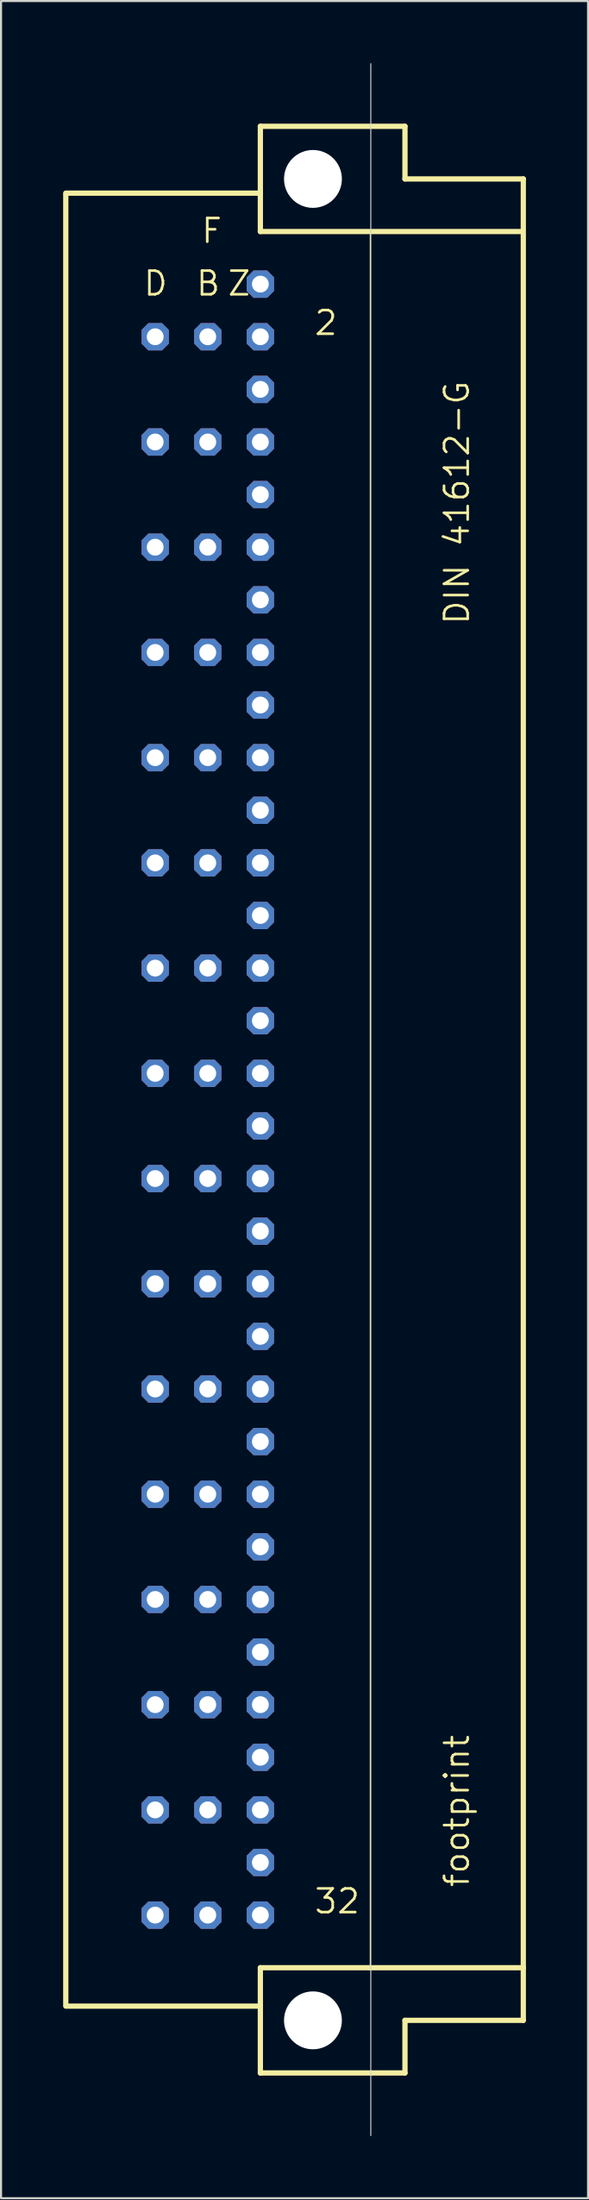
<source format=kicad_pcb>
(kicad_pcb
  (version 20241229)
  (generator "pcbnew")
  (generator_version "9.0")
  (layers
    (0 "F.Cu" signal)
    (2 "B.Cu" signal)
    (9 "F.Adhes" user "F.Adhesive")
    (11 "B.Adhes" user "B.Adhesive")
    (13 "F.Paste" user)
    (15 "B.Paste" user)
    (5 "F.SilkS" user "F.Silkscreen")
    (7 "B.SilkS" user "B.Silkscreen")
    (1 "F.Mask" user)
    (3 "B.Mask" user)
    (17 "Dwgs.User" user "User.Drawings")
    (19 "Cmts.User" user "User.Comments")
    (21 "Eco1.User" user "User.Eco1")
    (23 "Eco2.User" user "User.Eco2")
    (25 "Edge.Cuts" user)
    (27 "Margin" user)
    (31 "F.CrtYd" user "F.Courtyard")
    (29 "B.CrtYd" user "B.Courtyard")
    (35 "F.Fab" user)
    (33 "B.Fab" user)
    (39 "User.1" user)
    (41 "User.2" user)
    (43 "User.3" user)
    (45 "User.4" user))
  (footprint "footprint"
    (layer "F.Cu")
    (at 12.065 50.038)
    (property "Reference" "footprint" (at 7.62 38.1 90) (layer "F.SilkS") (effects (font (size 1.143 1.143) (thickness 0.127)) (justify left bottom)))
    (fp_line (start -11.938 -43.764) (end -2.54 -43.764) (stroke (width 0.254) (type solid)) (layer "F.SilkS"))
    (fp_line (start -11.938 43.688) (end -11.938 -43.688) (stroke (width 0.254) (type solid)) (layer "F.SilkS"))
    (fp_line (start -11.938 43.764) (end -2.54 43.764) (stroke (width 0.254) (type solid)) (layer "F.SilkS"))
    (fp_line (start -2.54 -46.99) (end -2.54 -43.764) (stroke (width 0.254) (type solid)) (layer "F.SilkS"))
    (fp_line (start -2.54 -43.764) (end -2.54 -41.91) (stroke (width 0.254) (type solid)) (layer "F.SilkS"))
    (fp_line (start -2.54 -41.91) (end 10.109 -41.91) (stroke (width 0.254) (type solid)) (layer "F.SilkS"))
    (fp_line (start -2.54 41.91) (end -2.54 43.764) (stroke (width 0.254) (type solid)) (layer "F.SilkS"))
    (fp_line (start -2.54 41.91) (end 2.769 41.91) (stroke (width 0.254) (type solid)) (layer "F.SilkS"))
    (fp_line (start -2.54 43.764) (end -2.54 46.99) (stroke (width 0.254) (type solid)) (layer "F.SilkS"))
    (fp_line (start -2.54 46.99) (end 4.445 46.99) (stroke (width 0.254) (type solid)) (layer "F.SilkS"))
    (fp_line (start 2.769 -41.783) (end 2.769 41.91) (stroke (width 0.051) (type solid)) (layer "F.SilkS"))
    (fp_line (start 2.769 41.91) (end 10.16 41.91) (stroke (width 0.254) (type solid)) (layer "F.SilkS"))
    (fp_line (start 4.445 -46.99) (end -2.54 -46.99) (stroke (width 0.254) (type solid)) (layer "F.SilkS"))
    (fp_line (start 4.445 -44.45) (end 4.445 -46.99) (stroke (width 0.254) (type solid)) (layer "F.SilkS"))
    (fp_line (start 4.445 44.45) (end 10.16 44.45) (stroke (width 0.254) (type solid)) (layer "F.SilkS"))
    (fp_line (start 4.445 46.99) (end 4.445 44.45) (stroke (width 0.254) (type solid)) (layer "F.SilkS"))
    (fp_line (start 10.16 -44.45) (end 4.445 -44.45) (stroke (width 0.254) (type solid)) (layer "F.SilkS"))
    (fp_line (start 10.16 41.91) (end 10.16 -44.45) (stroke (width 0.254) (type solid)) (layer "F.SilkS"))
    (fp_line (start 10.16 44.45) (end 10.16 41.91) (stroke (width 0.254) (type solid)) (layer "F.SilkS"))
    (fp_line (start 2.794 50.013) (end 2.794 -50.013) (stroke (width 0.05) (type solid)) (layer "Edge.Cuts"))
    (fp_text user "2" (at 0 -36.83 0) (layer "F.SilkS") (effects (font (size 1.143 1.143) (thickness 0.127)) (justify left bottom)))
    (fp_text user "F" (at -5.461 -41.275 0) (layer "F.SilkS") (effects (font (size 1.143 1.143) (thickness 0.127)) (justify left bottom)))
    (fp_text user "D" (at -8.255 -38.735 0) (layer "F.SilkS") (effects (font (size 1.143 1.143) (thickness 0.127)) (justify left bottom)))
    (fp_text user "32" (at 0 39.37 0) (layer "F.SilkS") (effects (font (size 1.143 1.143) (thickness 0.127)) (justify left bottom)))
    (fp_text user "B" (at -5.715 -38.735 0) (layer "F.SilkS") (effects (font (size 1.143 1.143) (thickness 0.127)) (justify left bottom)))
    (fp_text user "Z" (at -4.191 -38.735 0) (layer "F.SilkS") (effects (font (size 1.143 1.143) (thickness 0.127)) (justify left bottom)))
    (fp_text user "DIN 41612-G" (at 7.62 -22.86 90) (layer "F.SilkS") (effects (font (size 1.143 1.143) (thickness 0.127)) (justify left bottom)))
    (pad "" np_thru_hole circle (at 0 -44.45) (size 2.794 2.794) (drill 2.794) (layers "*.Cu" "*.Mask"))
    (pad "" np_thru_hole circle (at 0 44.45) (size 2.794 2.794) (drill 2.794) (layers "*.Cu" "*.Mask"))
    (pad "B2" thru_hole roundrect (at -5.08 -36.83) (size 1.321 1.321) (drill 0.813) (layers "*.Cu" "*.Mask") (roundrect_rratio 0.25) (chamfer_ratio 0.25) (chamfer top_left top_right bottom_left bottom_right))
    (pad "B4" thru_hole roundrect (at -5.08 -31.75) (size 1.321 1.321) (drill 0.813) (layers "*.Cu" "*.Mask") (roundrect_rratio 0.25) (chamfer_ratio 0.25) (chamfer top_left top_right bottom_left bottom_right))
    (pad "B6" thru_hole roundrect (at -5.08 -26.67) (size 1.321 1.321) (drill 0.813) (layers "*.Cu" "*.Mask") (roundrect_rratio 0.25) (chamfer_ratio 0.25) (chamfer top_left top_right bottom_left bottom_right))
    (pad "B8" thru_hole roundrect (at -5.08 -21.59) (size 1.321 1.321) (drill 0.813) (layers "*.Cu" "*.Mask") (roundrect_rratio 0.25) (chamfer_ratio 0.25) (chamfer top_left top_right bottom_left bottom_right))
    (pad "B10" thru_hole roundrect (at -5.08 -16.51) (size 1.321 1.321) (drill 0.813) (layers "*.Cu" "*.Mask") (roundrect_rratio 0.25) (chamfer_ratio 0.25) (chamfer top_left top_right bottom_left bottom_right))
    (pad "B12" thru_hole roundrect (at -5.08 -11.43) (size 1.321 1.321) (drill 0.813) (layers "*.Cu" "*.Mask") (roundrect_rratio 0.25) (chamfer_ratio 0.25) (chamfer top_left top_right bottom_left bottom_right))
    (pad "B14" thru_hole roundrect (at -5.08 -6.35) (size 1.321 1.321) (drill 0.813) (layers "*.Cu" "*.Mask") (roundrect_rratio 0.25) (chamfer_ratio 0.25) (chamfer top_left top_right bottom_left bottom_right))
    (pad "B16" thru_hole roundrect (at -5.08 -1.27) (size 1.321 1.321) (drill 0.813) (layers "*.Cu" "*.Mask") (roundrect_rratio 0.25) (chamfer_ratio 0.25) (chamfer top_left top_right bottom_left bottom_right))
    (pad "B18" thru_hole roundrect (at -5.08 3.81) (size 1.321 1.321) (drill 0.813) (layers "*.Cu" "*.Mask") (roundrect_rratio 0.25) (chamfer_ratio 0.25) (chamfer top_left top_right bottom_left bottom_right))
    (pad "B20" thru_hole roundrect (at -5.08 8.89) (size 1.321 1.321) (drill 0.813) (layers "*.Cu" "*.Mask") (roundrect_rratio 0.25) (chamfer_ratio 0.25) (chamfer top_left top_right bottom_left bottom_right))
    (pad "B22" thru_hole roundrect (at -5.08 13.97) (size 1.321 1.321) (drill 0.813) (layers "*.Cu" "*.Mask") (roundrect_rratio 0.25) (chamfer_ratio 0.25) (chamfer top_left top_right bottom_left bottom_right))
    (pad "B24" thru_hole roundrect (at -5.08 19.05) (size 1.321 1.321) (drill 0.813) (layers "*.Cu" "*.Mask") (roundrect_rratio 0.25) (chamfer_ratio 0.25) (chamfer top_left top_right bottom_left bottom_right))
    (pad "B26" thru_hole roundrect (at -5.08 24.13) (size 1.321 1.321) (drill 0.813) (layers "*.Cu" "*.Mask") (roundrect_rratio 0.25) (chamfer_ratio 0.25) (chamfer top_left top_right bottom_left bottom_right))
    (pad "B28" thru_hole roundrect (at -5.08 29.21) (size 1.321 1.321) (drill 0.813) (layers "*.Cu" "*.Mask") (roundrect_rratio 0.25) (chamfer_ratio 0.25) (chamfer top_left top_right bottom_left bottom_right))
    (pad "B30" thru_hole roundrect (at -5.08 34.29) (size 1.321 1.321) (drill 0.813) (layers "*.Cu" "*.Mask") (roundrect_rratio 0.25) (chamfer_ratio 0.25) (chamfer top_left top_right bottom_left bottom_right))
    (pad "B32" thru_hole roundrect (at -5.08 39.37) (size 1.321 1.321) (drill 0.813) (layers "*.Cu" "*.Mask") (roundrect_rratio 0.25) (chamfer_ratio 0.25) (chamfer top_left top_right bottom_left bottom_right))
    (pad "D2" thru_hole roundrect (at -7.62 -36.83) (size 1.321 1.321) (drill 0.813) (layers "*.Cu" "*.Mask") (roundrect_rratio 0.25) (chamfer_ratio 0.25) (chamfer top_left top_right bottom_left bottom_right))
    (pad "D4" thru_hole roundrect (at -7.62 -31.75) (size 1.321 1.321) (drill 0.813) (layers "*.Cu" "*.Mask") (roundrect_rratio 0.25) (chamfer_ratio 0.25) (chamfer top_left top_right bottom_left bottom_right))
    (pad "D6" thru_hole roundrect (at -7.62 -26.67) (size 1.321 1.321) (drill 0.813) (layers "*.Cu" "*.Mask") (roundrect_rratio 0.25) (chamfer_ratio 0.25) (chamfer top_left top_right bottom_left bottom_right))
    (pad "D8" thru_hole roundrect (at -7.62 -21.59) (size 1.321 1.321) (drill 0.813) (layers "*.Cu" "*.Mask") (roundrect_rratio 0.25) (chamfer_ratio 0.25) (chamfer top_left top_right bottom_left bottom_right))
    (pad "D10" thru_hole roundrect (at -7.62 -16.51) (size 1.321 1.321) (drill 0.813) (layers "*.Cu" "*.Mask") (roundrect_rratio 0.25) (chamfer_ratio 0.25) (chamfer top_left top_right bottom_left bottom_right))
    (pad "D12" thru_hole roundrect (at -7.62 -11.43) (size 1.321 1.321) (drill 0.813) (layers "*.Cu" "*.Mask") (roundrect_rratio 0.25) (chamfer_ratio 0.25) (chamfer top_left top_right bottom_left bottom_right))
    (pad "D14" thru_hole roundrect (at -7.62 -6.35) (size 1.321 1.321) (drill 0.813) (layers "*.Cu" "*.Mask") (roundrect_rratio 0.25) (chamfer_ratio 0.25) (chamfer top_left top_right bottom_left bottom_right))
    (pad "D16" thru_hole roundrect (at -7.62 -1.27) (size 1.321 1.321) (drill 0.813) (layers "*.Cu" "*.Mask") (roundrect_rratio 0.25) (chamfer_ratio 0.25) (chamfer top_left top_right bottom_left bottom_right))
    (pad "D18" thru_hole roundrect (at -7.62 3.81) (size 1.321 1.321) (drill 0.813) (layers "*.Cu" "*.Mask") (roundrect_rratio 0.25) (chamfer_ratio 0.25) (chamfer top_left top_right bottom_left bottom_right))
    (pad "D20" thru_hole roundrect (at -7.62 8.89) (size 1.321 1.321) (drill 0.813) (layers "*.Cu" "*.Mask") (roundrect_rratio 0.25) (chamfer_ratio 0.25) (chamfer top_left top_right bottom_left bottom_right))
    (pad "D22" thru_hole roundrect (at -7.62 13.97) (size 1.321 1.321) (drill 0.813) (layers "*.Cu" "*.Mask") (roundrect_rratio 0.25) (chamfer_ratio 0.25) (chamfer top_left top_right bottom_left bottom_right))
    (pad "D24" thru_hole roundrect (at -7.62 19.05) (size 1.321 1.321) (drill 0.813) (layers "*.Cu" "*.Mask") (roundrect_rratio 0.25) (chamfer_ratio 0.25) (chamfer top_left top_right bottom_left bottom_right))
    (pad "D26" thru_hole roundrect (at -7.62 24.13) (size 1.321 1.321) (drill 0.813) (layers "*.Cu" "*.Mask") (roundrect_rratio 0.25) (chamfer_ratio 0.25) (chamfer top_left top_right bottom_left bottom_right))
    (pad "D28" thru_hole roundrect (at -7.62 29.21) (size 1.321 1.321) (drill 0.813) (layers "*.Cu" "*.Mask") (roundrect_rratio 0.25) (chamfer_ratio 0.25) (chamfer top_left top_right bottom_left bottom_right))
    (pad "D30" thru_hole roundrect (at -7.62 34.29) (size 1.321 1.321) (drill 0.813) (layers "*.Cu" "*.Mask") (roundrect_rratio 0.25) (chamfer_ratio 0.25) (chamfer top_left top_right bottom_left bottom_right))
    (pad "D32" thru_hole roundrect (at -7.62 39.37) (size 1.321 1.321) (drill 0.813) (layers "*.Cu" "*.Mask") (roundrect_rratio 0.25) (chamfer_ratio 0.25) (chamfer top_left top_right bottom_left bottom_right))
    (pad "F2" thru_hole roundrect (at -2.54 -39.37) (size 1.321 1.321) (drill 0.813) (layers "*.Cu" "*.Mask") (roundrect_rratio 0.25) (chamfer_ratio 0.25) (chamfer top_left top_right bottom_left bottom_right))
    (pad "F4" thru_hole roundrect (at -2.54 -34.29) (size 1.321 1.321) (drill 0.813) (layers "*.Cu" "*.Mask") (roundrect_rratio 0.25) (chamfer_ratio 0.25) (chamfer top_left top_right bottom_left bottom_right))
    (pad "F6" thru_hole roundrect (at -2.54 -29.21) (size 1.321 1.321) (drill 0.813) (layers "*.Cu" "*.Mask") (roundrect_rratio 0.25) (chamfer_ratio 0.25) (chamfer top_left top_right bottom_left bottom_right))
    (pad "F8" thru_hole roundrect (at -2.54 -24.13) (size 1.321 1.321) (drill 0.813) (layers "*.Cu" "*.Mask") (roundrect_rratio 0.25) (chamfer_ratio 0.25) (chamfer top_left top_right bottom_left bottom_right))
    (pad "F10" thru_hole roundrect (at -2.54 -19.05) (size 1.321 1.321) (drill 0.813) (layers "*.Cu" "*.Mask") (roundrect_rratio 0.25) (chamfer_ratio 0.25) (chamfer top_left top_right bottom_left bottom_right))
    (pad "F12" thru_hole roundrect (at -2.54 -13.97) (size 1.321 1.321) (drill 0.813) (layers "*.Cu" "*.Mask") (roundrect_rratio 0.25) (chamfer_ratio 0.25) (chamfer top_left top_right bottom_left bottom_right))
    (pad "F14" thru_hole roundrect (at -2.54 -8.89) (size 1.321 1.321) (drill 0.813) (layers "*.Cu" "*.Mask") (roundrect_rratio 0.25) (chamfer_ratio 0.25) (chamfer top_left top_right bottom_left bottom_right))
    (pad "F16" thru_hole roundrect (at -2.54 -3.81) (size 1.321 1.321) (drill 0.813) (layers "*.Cu" "*.Mask") (roundrect_rratio 0.25) (chamfer_ratio 0.25) (chamfer top_left top_right bottom_left bottom_right))
    (pad "F18" thru_hole roundrect (at -2.54 1.27) (size 1.321 1.321) (drill 0.813) (layers "*.Cu" "*.Mask") (roundrect_rratio 0.25) (chamfer_ratio 0.25) (chamfer top_left top_right bottom_left bottom_right))
    (pad "F20" thru_hole roundrect (at -2.54 6.35) (size 1.321 1.321) (drill 0.813) (layers "*.Cu" "*.Mask") (roundrect_rratio 0.25) (chamfer_ratio 0.25) (chamfer top_left top_right bottom_left bottom_right))
    (pad "F22" thru_hole roundrect (at -2.54 11.43) (size 1.321 1.321) (drill 0.813) (layers "*.Cu" "*.Mask") (roundrect_rratio 0.25) (chamfer_ratio 0.25) (chamfer top_left top_right bottom_left bottom_right))
    (pad "F24" thru_hole roundrect (at -2.54 16.51) (size 1.321 1.321) (drill 0.813) (layers "*.Cu" "*.Mask") (roundrect_rratio 0.25) (chamfer_ratio 0.25) (chamfer top_left top_right bottom_left bottom_right))
    (pad "F26" thru_hole roundrect (at -2.54 21.59) (size 1.321 1.321) (drill 0.813) (layers "*.Cu" "*.Mask") (roundrect_rratio 0.25) (chamfer_ratio 0.25) (chamfer top_left top_right bottom_left bottom_right))
    (pad "F28" thru_hole roundrect (at -2.54 26.67) (size 1.321 1.321) (drill 0.813) (layers "*.Cu" "*.Mask") (roundrect_rratio 0.25) (chamfer_ratio 0.25) (chamfer top_left top_right bottom_left bottom_right))
    (pad "F30" thru_hole roundrect (at -2.54 31.75) (size 1.321 1.321) (drill 0.813) (layers "*.Cu" "*.Mask") (roundrect_rratio 0.25) (chamfer_ratio 0.25) (chamfer top_left top_right bottom_left bottom_right))
    (pad "F32" thru_hole roundrect (at -2.54 36.83) (size 1.321 1.321) (drill 0.813) (layers "*.Cu" "*.Mask") (roundrect_rratio 0.25) (chamfer_ratio 0.25) (chamfer top_left top_right bottom_left bottom_right))
    (pad "Z2" thru_hole roundrect (at -2.54 -36.83) (size 1.321 1.321) (drill 0.813) (layers "*.Cu" "*.Mask") (roundrect_rratio 0.25) (chamfer_ratio 0.25) (chamfer top_left top_right bottom_left bottom_right))
    (pad "Z4" thru_hole roundrect (at -2.54 -31.75) (size 1.321 1.321) (drill 0.813) (layers "*.Cu" "*.Mask") (roundrect_rratio 0.25) (chamfer_ratio 0.25) (chamfer top_left top_right bottom_left bottom_right))
    (pad "Z6" thru_hole roundrect (at -2.54 -26.67) (size 1.321 1.321) (drill 0.813) (layers "*.Cu" "*.Mask") (roundrect_rratio 0.25) (chamfer_ratio 0.25) (chamfer top_left top_right bottom_left bottom_right))
    (pad "Z8" thru_hole roundrect (at -2.54 -21.59) (size 1.321 1.321) (drill 0.813) (layers "*.Cu" "*.Mask") (roundrect_rratio 0.25) (chamfer_ratio 0.25) (chamfer top_left top_right bottom_left bottom_right))
    (pad "Z10" thru_hole roundrect (at -2.54 -16.51) (size 1.321 1.321) (drill 0.813) (layers "*.Cu" "*.Mask") (roundrect_rratio 0.25) (chamfer_ratio 0.25) (chamfer top_left top_right bottom_left bottom_right))
    (pad "Z12" thru_hole roundrect (at -2.54 -11.43) (size 1.321 1.321) (drill 0.813) (layers "*.Cu" "*.Mask") (roundrect_rratio 0.25) (chamfer_ratio 0.25) (chamfer top_left top_right bottom_left bottom_right))
    (pad "Z14" thru_hole roundrect (at -2.54 -6.35) (size 1.321 1.321) (drill 0.813) (layers "*.Cu" "*.Mask") (roundrect_rratio 0.25) (chamfer_ratio 0.25) (chamfer top_left top_right bottom_left bottom_right))
    (pad "Z16" thru_hole roundrect (at -2.54 -1.27) (size 1.321 1.321) (drill 0.813) (layers "*.Cu" "*.Mask") (roundrect_rratio 0.25) (chamfer_ratio 0.25) (chamfer top_left top_right bottom_left bottom_right))
    (pad "Z18" thru_hole roundrect (at -2.54 3.81) (size 1.321 1.321) (drill 0.813) (layers "*.Cu" "*.Mask") (roundrect_rratio 0.25) (chamfer_ratio 0.25) (chamfer top_left top_right bottom_left bottom_right))
    (pad "Z20" thru_hole roundrect (at -2.54 8.89) (size 1.321 1.321) (drill 0.813) (layers "*.Cu" "*.Mask") (roundrect_rratio 0.25) (chamfer_ratio 0.25) (chamfer top_left top_right bottom_left bottom_right))
    (pad "Z22" thru_hole roundrect (at -2.54 13.97) (size 1.321 1.321) (drill 0.813) (layers "*.Cu" "*.Mask") (roundrect_rratio 0.25) (chamfer_ratio 0.25) (chamfer top_left top_right bottom_left bottom_right))
    (pad "Z24" thru_hole roundrect (at -2.54 19.05) (size 1.321 1.321) (drill 0.813) (layers "*.Cu" "*.Mask") (roundrect_rratio 0.25) (chamfer_ratio 0.25) (chamfer top_left top_right bottom_left bottom_right))
    (pad "Z26" thru_hole roundrect (at -2.54 24.13) (size 1.321 1.321) (drill 0.813) (layers "*.Cu" "*.Mask") (roundrect_rratio 0.25) (chamfer_ratio 0.25) (chamfer top_left top_right bottom_left bottom_right))
    (pad "Z28" thru_hole roundrect (at -2.54 29.21) (size 1.321 1.321) (drill 0.813) (layers "*.Cu" "*.Mask") (roundrect_rratio 0.25) (chamfer_ratio 0.25) (chamfer top_left top_right bottom_left bottom_right))
    (pad "Z30" thru_hole roundrect (at -2.54 34.29) (size 1.321 1.321) (drill 0.813) (layers "*.Cu" "*.Mask") (roundrect_rratio 0.25) (chamfer_ratio 0.25) (chamfer top_left top_right bottom_left bottom_right))
    (pad "Z32" thru_hole roundrect (at -2.54 39.37) (size 1.321 1.321) (drill 0.813) (layers "*.Cu" "*.Mask") (roundrect_rratio 0.25) (chamfer_ratio 0.25) (chamfer top_left top_right bottom_left bottom_right))
    (zone (net_name "") (layers "F.Cu" "B.Cu") (hatch edge 0.508) (connect_pads) (min_thickness 0.254) (filled_areas_thickness no) (keepout (tracks allowed) (vias not_allowed) (pads allowed) (copperpour allowed) (footprints allowed)) (placement (enabled no)) (fill) (polygon (pts (xy 15.24 5.588) (xy 15.192 5.036) (xy 15.049 4.502) (xy 14.815 4) (xy 14.497 3.547) (xy 14.106 3.155) (xy 13.652 2.838) (xy 13.151 2.604) (xy 12.616 2.461) (xy 12.065 2.413) (xy 11.514 2.461) (xy 10.979 2.604) (xy 10.477 2.838) (xy 10.024 3.155) (xy 9.633 3.547) (xy 9.315 4) (xy 9.081 4.502) (xy 8.938 5.036) (xy 8.89 5.588) (xy 8.938 6.139) (xy 9.081 6.674) (xy 9.315 7.175) (xy 9.633 7.628) (xy 10.024 8.02) (xy 10.477 8.337) (xy 10.979 8.571) (xy 11.514 8.714) (xy 12.065 8.763) (xy 12.616 8.714) (xy 13.151 8.571) (xy 13.652 8.337) (xy 14.106 8.02) (xy 14.497 7.628) (xy 14.815 7.175) (xy 15.049 6.674) (xy 15.192 6.139))) (polygon (pts (xy 13.462 5.588) (xy 13.441 5.345) (xy 13.378 5.11) (xy 13.275 4.889) (xy 13.135 4.69) (xy 12.963 4.517) (xy 12.764 4.378) (xy 12.543 4.275) (xy 12.308 4.212) (xy 12.065 4.191) (xy 11.822 4.212) (xy 11.587 4.275) (xy 11.367 4.378) (xy 11.167 4.517) (xy 10.995 4.69) (xy 10.855 4.889) (xy 10.752 5.11) (xy 10.689 5.345) (xy 10.668 5.588) (xy 10.689 5.83) (xy 10.752 6.065) (xy 10.855 6.286) (xy 10.995 6.486) (xy 11.167 6.658) (xy 11.367 6.797) (xy 11.587 6.9) (xy 11.822 6.963) (xy 12.065 6.985) (xy 12.308 6.963) (xy 12.543 6.9) (xy 12.764 6.797) (xy 12.963 6.658) (xy 13.135 6.486) (xy 13.275 6.286) (xy 13.378 6.065) (xy 13.441 5.83))))
    (zone (net_name "") (layers "F.Cu" "B.Cu") (hatch edge 0.508) (connect_pads) (min_thickness 0.254) (filled_areas_thickness no) (keepout (tracks allowed) (vias not_allowed) (pads allowed) (copperpour allowed) (footprints allowed)) (placement (enabled no)) (fill) (polygon (pts (xy 15.24 94.488) (xy 15.192 93.936) (xy 15.049 93.402) (xy 14.815 92.9) (xy 14.497 92.447) (xy 14.106 92.055) (xy 13.652 91.738) (xy 13.151 91.504) (xy 12.616 91.361) (xy 12.065 91.313) (xy 11.514 91.361) (xy 10.979 91.504) (xy 10.477 91.738) (xy 10.024 92.055) (xy 9.633 92.447) (xy 9.315 92.9) (xy 9.081 93.402) (xy 8.938 93.936) (xy 8.89 94.488) (xy 8.938 95.039) (xy 9.081 95.574) (xy 9.315 96.075) (xy 9.633 96.528) (xy 10.024 96.92) (xy 10.477 97.237) (xy 10.979 97.471) (xy 11.514 97.614) (xy 12.065 97.663) (xy 12.616 97.614) (xy 13.151 97.471) (xy 13.652 97.237) (xy 14.106 96.92) (xy 14.497 96.528) (xy 14.815 96.075) (xy 15.049 95.574) (xy 15.192 95.039))) (polygon (pts (xy 13.462 94.488) (xy 13.441 94.245) (xy 13.378 94.01) (xy 13.275 93.789) (xy 13.135 93.59) (xy 12.963 93.417) (xy 12.764 93.278) (xy 12.543 93.175) (xy 12.308 93.112) (xy 12.065 93.091) (xy 11.822 93.112) (xy 11.587 93.175) (xy 11.367 93.278) (xy 11.167 93.417) (xy 10.995 93.59) (xy 10.855 93.789) (xy 10.752 94.01) (xy 10.689 94.245) (xy 10.668 94.488) (xy 10.689 94.73) (xy 10.752 94.965) (xy 10.855 95.186) (xy 10.995 95.386) (xy 11.167 95.558) (xy 11.367 95.697) (xy 11.587 95.8) (xy 11.822 95.863) (xy 12.065 95.885) (xy 12.308 95.863) (xy 12.543 95.8) (xy 12.764 95.697) (xy 12.963 95.558) (xy 13.135 95.386) (xy 13.275 95.186) (xy 13.378 94.965) (xy 13.441 94.73))))
    (zone (net_name "") (layer "B.Cu") (hatch edge 0.508) (connect_pads) (min_thickness 0.254) (filled_areas_thickness no) (keepout (tracks not_allowed) (vias not_allowed) (pads not_allowed) (copperpour not_allowed) (footprints allowed)) (placement (enabled no)) (fill) (polygon (pts (xy 15.24 5.588) (xy 15.192 5.036) (xy 15.049 4.502) (xy 14.815 4) (xy 14.497 3.547) (xy 14.106 3.155) (xy 13.652 2.838) (xy 13.151 2.604) (xy 12.616 2.461) (xy 12.065 2.413) (xy 11.514 2.461) (xy 10.979 2.604) (xy 10.477 2.838) (xy 10.024 3.155) (xy 9.633 3.547) (xy 9.315 4) (xy 9.081 4.502) (xy 8.938 5.036) (xy 8.89 5.588) (xy 8.938 6.139) (xy 9.081 6.674) (xy 9.315 7.175) (xy 9.633 7.628) (xy 10.024 8.02) (xy 10.477 8.337) (xy 10.979 8.571) (xy 11.514 8.714) (xy 12.065 8.763) (xy 12.616 8.714) (xy 13.151 8.571) (xy 13.652 8.337) (xy 14.106 8.02) (xy 14.497 7.628) (xy 14.815 7.175) (xy 15.049 6.674) (xy 15.192 6.139))) (polygon (pts (xy 13.462 5.588) (xy 13.441 5.345) (xy 13.378 5.11) (xy 13.275 4.889) (xy 13.135 4.69) (xy 12.963 4.517) (xy 12.764 4.378) (xy 12.543 4.275) (xy 12.308 4.212) (xy 12.065 4.191) (xy 11.822 4.212) (xy 11.587 4.275) (xy 11.367 4.378) (xy 11.167 4.517) (xy 10.995 4.69) (xy 10.855 4.889) (xy 10.752 5.11) (xy 10.689 5.345) (xy 10.668 5.588) (xy 10.689 5.83) (xy 10.752 6.065) (xy 10.855 6.286) (xy 10.995 6.486) (xy 11.167 6.658) (xy 11.367 6.797) (xy 11.587 6.9) (xy 11.822 6.963) (xy 12.065 6.985) (xy 12.308 6.963) (xy 12.543 6.9) (xy 12.764 6.797) (xy 12.963 6.658) (xy 13.135 6.486) (xy 13.275 6.286) (xy 13.378 6.065) (xy 13.441 5.83))))
    (zone (net_name "") (layer "B.Cu") (hatch edge 0.508) (connect_pads) (min_thickness 0.254) (filled_areas_thickness no) (keepout (tracks not_allowed) (vias not_allowed) (pads not_allowed) (copperpour not_allowed) (footprints allowed)) (placement (enabled no)) (fill) (polygon (pts (xy 15.24 94.488) (xy 15.192 93.936) (xy 15.049 93.402) (xy 14.815 92.9) (xy 14.497 92.447) (xy 14.106 92.055) (xy 13.652 91.738) (xy 13.151 91.504) (xy 12.616 91.361) (xy 12.065 91.313) (xy 11.514 91.361) (xy 10.979 91.504) (xy 10.477 91.738) (xy 10.024 92.055) (xy 9.633 92.447) (xy 9.315 92.9) (xy 9.081 93.402) (xy 8.938 93.936) (xy 8.89 94.488) (xy 8.938 95.039) (xy 9.081 95.574) (xy 9.315 96.075) (xy 9.633 96.528) (xy 10.024 96.92) (xy 10.477 97.237) (xy 10.979 97.471) (xy 11.514 97.614) (xy 12.065 97.663) (xy 12.616 97.614) (xy 13.151 97.471) (xy 13.652 97.237) (xy 14.106 96.92) (xy 14.497 96.528) (xy 14.815 96.075) (xy 15.049 95.574) (xy 15.192 95.039))) (polygon (pts (xy 13.462 94.488) (xy 13.441 94.245) (xy 13.378 94.01) (xy 13.275 93.789) (xy 13.135 93.59) (xy 12.963 93.417) (xy 12.764 93.278) (xy 12.543 93.175) (xy 12.308 93.112) (xy 12.065 93.091) (xy 11.822 93.112) (xy 11.587 93.175) (xy 11.367 93.278) (xy 11.167 93.417) (xy 10.995 93.59) (xy 10.855 93.789) (xy 10.752 94.01) (xy 10.689 94.245) (xy 10.668 94.488) (xy 10.689 94.73) (xy 10.752 94.965) (xy 10.855 95.186) (xy 10.995 95.386) (xy 11.167 95.558) (xy 11.367 95.697) (xy 11.587 95.8) (xy 11.822 95.863) (xy 12.065 95.885) (xy 12.308 95.863) (xy 12.543 95.8) (xy 12.764 95.697) (xy 12.963 95.558) (xy 13.135 95.386) (xy 13.275 95.186) (xy 13.378 94.965) (xy 13.441 94.73)))))
  (gr_rect
    (start -3 -3)
    (end 25.352 103.075)
    (stroke (width 0.1) (type default))
    (fill no)
    (layer "Edge.Cuts")))
</source>
